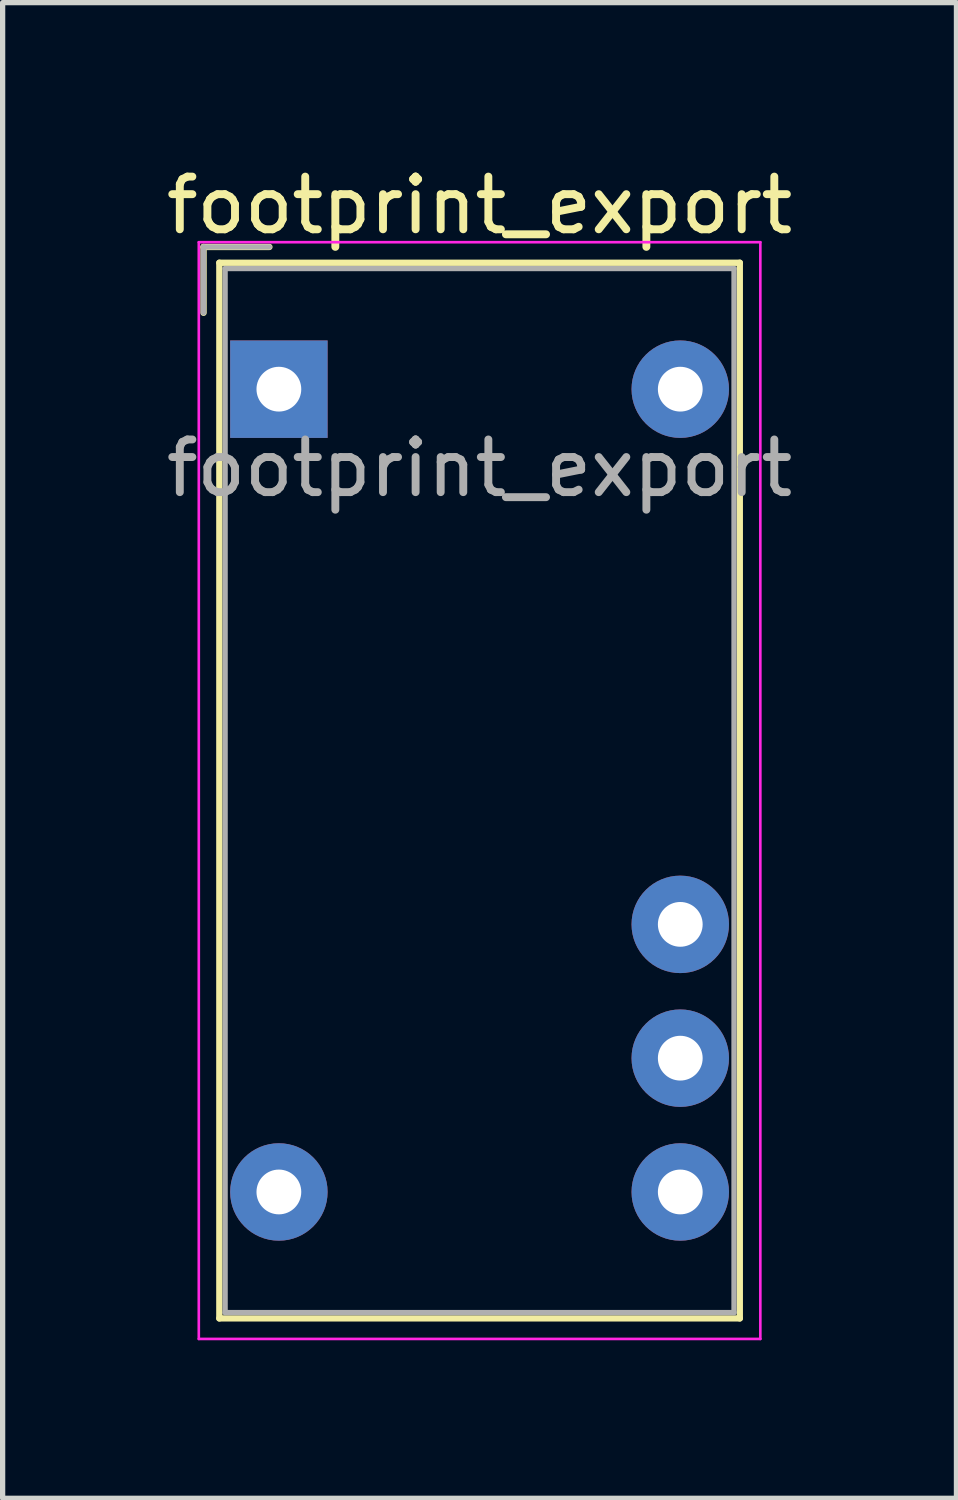
<source format=kicad_pcb>
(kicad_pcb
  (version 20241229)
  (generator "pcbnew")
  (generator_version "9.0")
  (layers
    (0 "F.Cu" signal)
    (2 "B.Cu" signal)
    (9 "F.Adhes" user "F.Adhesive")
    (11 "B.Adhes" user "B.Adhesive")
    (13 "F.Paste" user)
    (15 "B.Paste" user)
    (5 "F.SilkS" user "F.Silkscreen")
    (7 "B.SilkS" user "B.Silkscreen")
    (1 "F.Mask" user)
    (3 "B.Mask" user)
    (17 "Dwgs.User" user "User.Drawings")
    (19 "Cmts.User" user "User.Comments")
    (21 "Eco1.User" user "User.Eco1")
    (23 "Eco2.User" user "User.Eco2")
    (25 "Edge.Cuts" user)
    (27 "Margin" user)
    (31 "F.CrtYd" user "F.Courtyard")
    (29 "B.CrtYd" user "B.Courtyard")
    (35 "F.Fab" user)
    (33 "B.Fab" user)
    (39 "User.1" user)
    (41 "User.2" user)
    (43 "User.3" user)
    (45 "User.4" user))
  (footprint "footprint_export"
    (layer "F.Cu")
    (at 2.244 4.338)
    (property "Reference" "footprint_export" (at 3.81 -3.49 0) (layer "F.SilkS") (effects (font (size 1 1) (thickness 0.15))))
    (attr through_hole)
    (fp_line (start -1.43 -2.7) (end -1.43 -1.45) (stroke (width 0.12) (type solid)) (layer "F.SilkS"))
    (fp_line (start -1.13 -2.4) (end -1.13 17.64) (stroke (width 0.12) (type solid)) (layer "F.SilkS"))
    (fp_line (start -1.13 17.64) (end 8.75 17.64) (stroke (width 0.12) (type solid)) (layer "F.SilkS"))
    (fp_line (start -0.18 -2.7) (end -1.43 -2.7) (stroke (width 0.12) (type solid)) (layer "F.SilkS"))
    (fp_line (start 8.75 -2.4) (end -1.13 -2.4) (stroke (width 0.12) (type solid)) (layer "F.SilkS"))
    (fp_line (start 8.75 17.64) (end 8.75 -2.4) (stroke (width 0.12) (type solid)) (layer "F.SilkS"))
    (fp_line (start -1.52 -2.79) (end -1.52 18.03) (stroke (width 0.05) (type solid)) (layer "F.CrtYd"))
    (fp_line (start -1.52 18.03) (end 9.14 18.03) (stroke (width 0.05) (type solid)) (layer "F.CrtYd"))
    (fp_line (start 9.14 -2.79) (end -1.52 -2.79) (stroke (width 0.05) (type solid)) (layer "F.CrtYd"))
    (fp_line (start 9.14 18.03) (end 9.14 -2.79) (stroke (width 0.05) (type solid)) (layer "F.CrtYd"))
    (fp_line (start -1.43 -2.7) (end -1.43 -1.45) (stroke (width 0.1) (type solid)) (layer "F.Fab"))
    (fp_line (start -1.02 -2.29) (end -1.02 17.53) (stroke (width 0.1) (type solid)) (layer "F.Fab"))
    (fp_line (start -1.02 17.53) (end 8.64 17.53) (stroke (width 0.1) (type solid)) (layer "F.Fab"))
    (fp_line (start -0.18 -2.7) (end -1.43 -2.7) (stroke (width 0.1) (type solid)) (layer "F.Fab"))
    (fp_line (start 8.64 -2.29) (end -1.02 -2.29) (stroke (width 0.1) (type solid)) (layer "F.Fab"))
    (fp_line (start 8.64 17.53) (end 8.64 -2.29) (stroke (width 0.1) (type solid)) (layer "F.Fab"))
    (fp_text user "${REFERENCE}" (at 3.81 1.5 0) (layer "F.Fab") (effects (font (size 1 1) (thickness 0.15))))
    (pad "1" thru_hole rect (at 0 0) (size 1.85 1.85) (drill 0.85) (layers "*.Cu" "*.Mask"))
    (pad "2" thru_hole circle (at 0 15.24) (size 1.85 1.85) (drill 0.85) (layers "*.Cu" "*.Mask"))
    (pad "3" thru_hole circle (at 7.62 0) (size 1.85 1.85) (drill 0.85) (layers "*.Cu" "*.Mask"))
    (pad "4" thru_hole circle (at 7.62 10.16) (size 1.85 1.85) (drill 0.85) (layers "*.Cu" "*.Mask"))
    (pad "5" thru_hole circle (at 7.62 15.24) (size 1.85 1.85) (drill 0.85) (layers "*.Cu" "*.Mask"))
    (pad "6" thru_hole circle (at 7.62 12.7) (size 1.85 1.85) (drill 0.85) (layers "*.Cu" "*.Mask")))
  (gr_rect
    (start -3 -3)
    (end 15.107 25.393)
    (stroke (width 0.1) (type default))
    (fill no)
    (layer "Edge.Cuts")))
</source>
